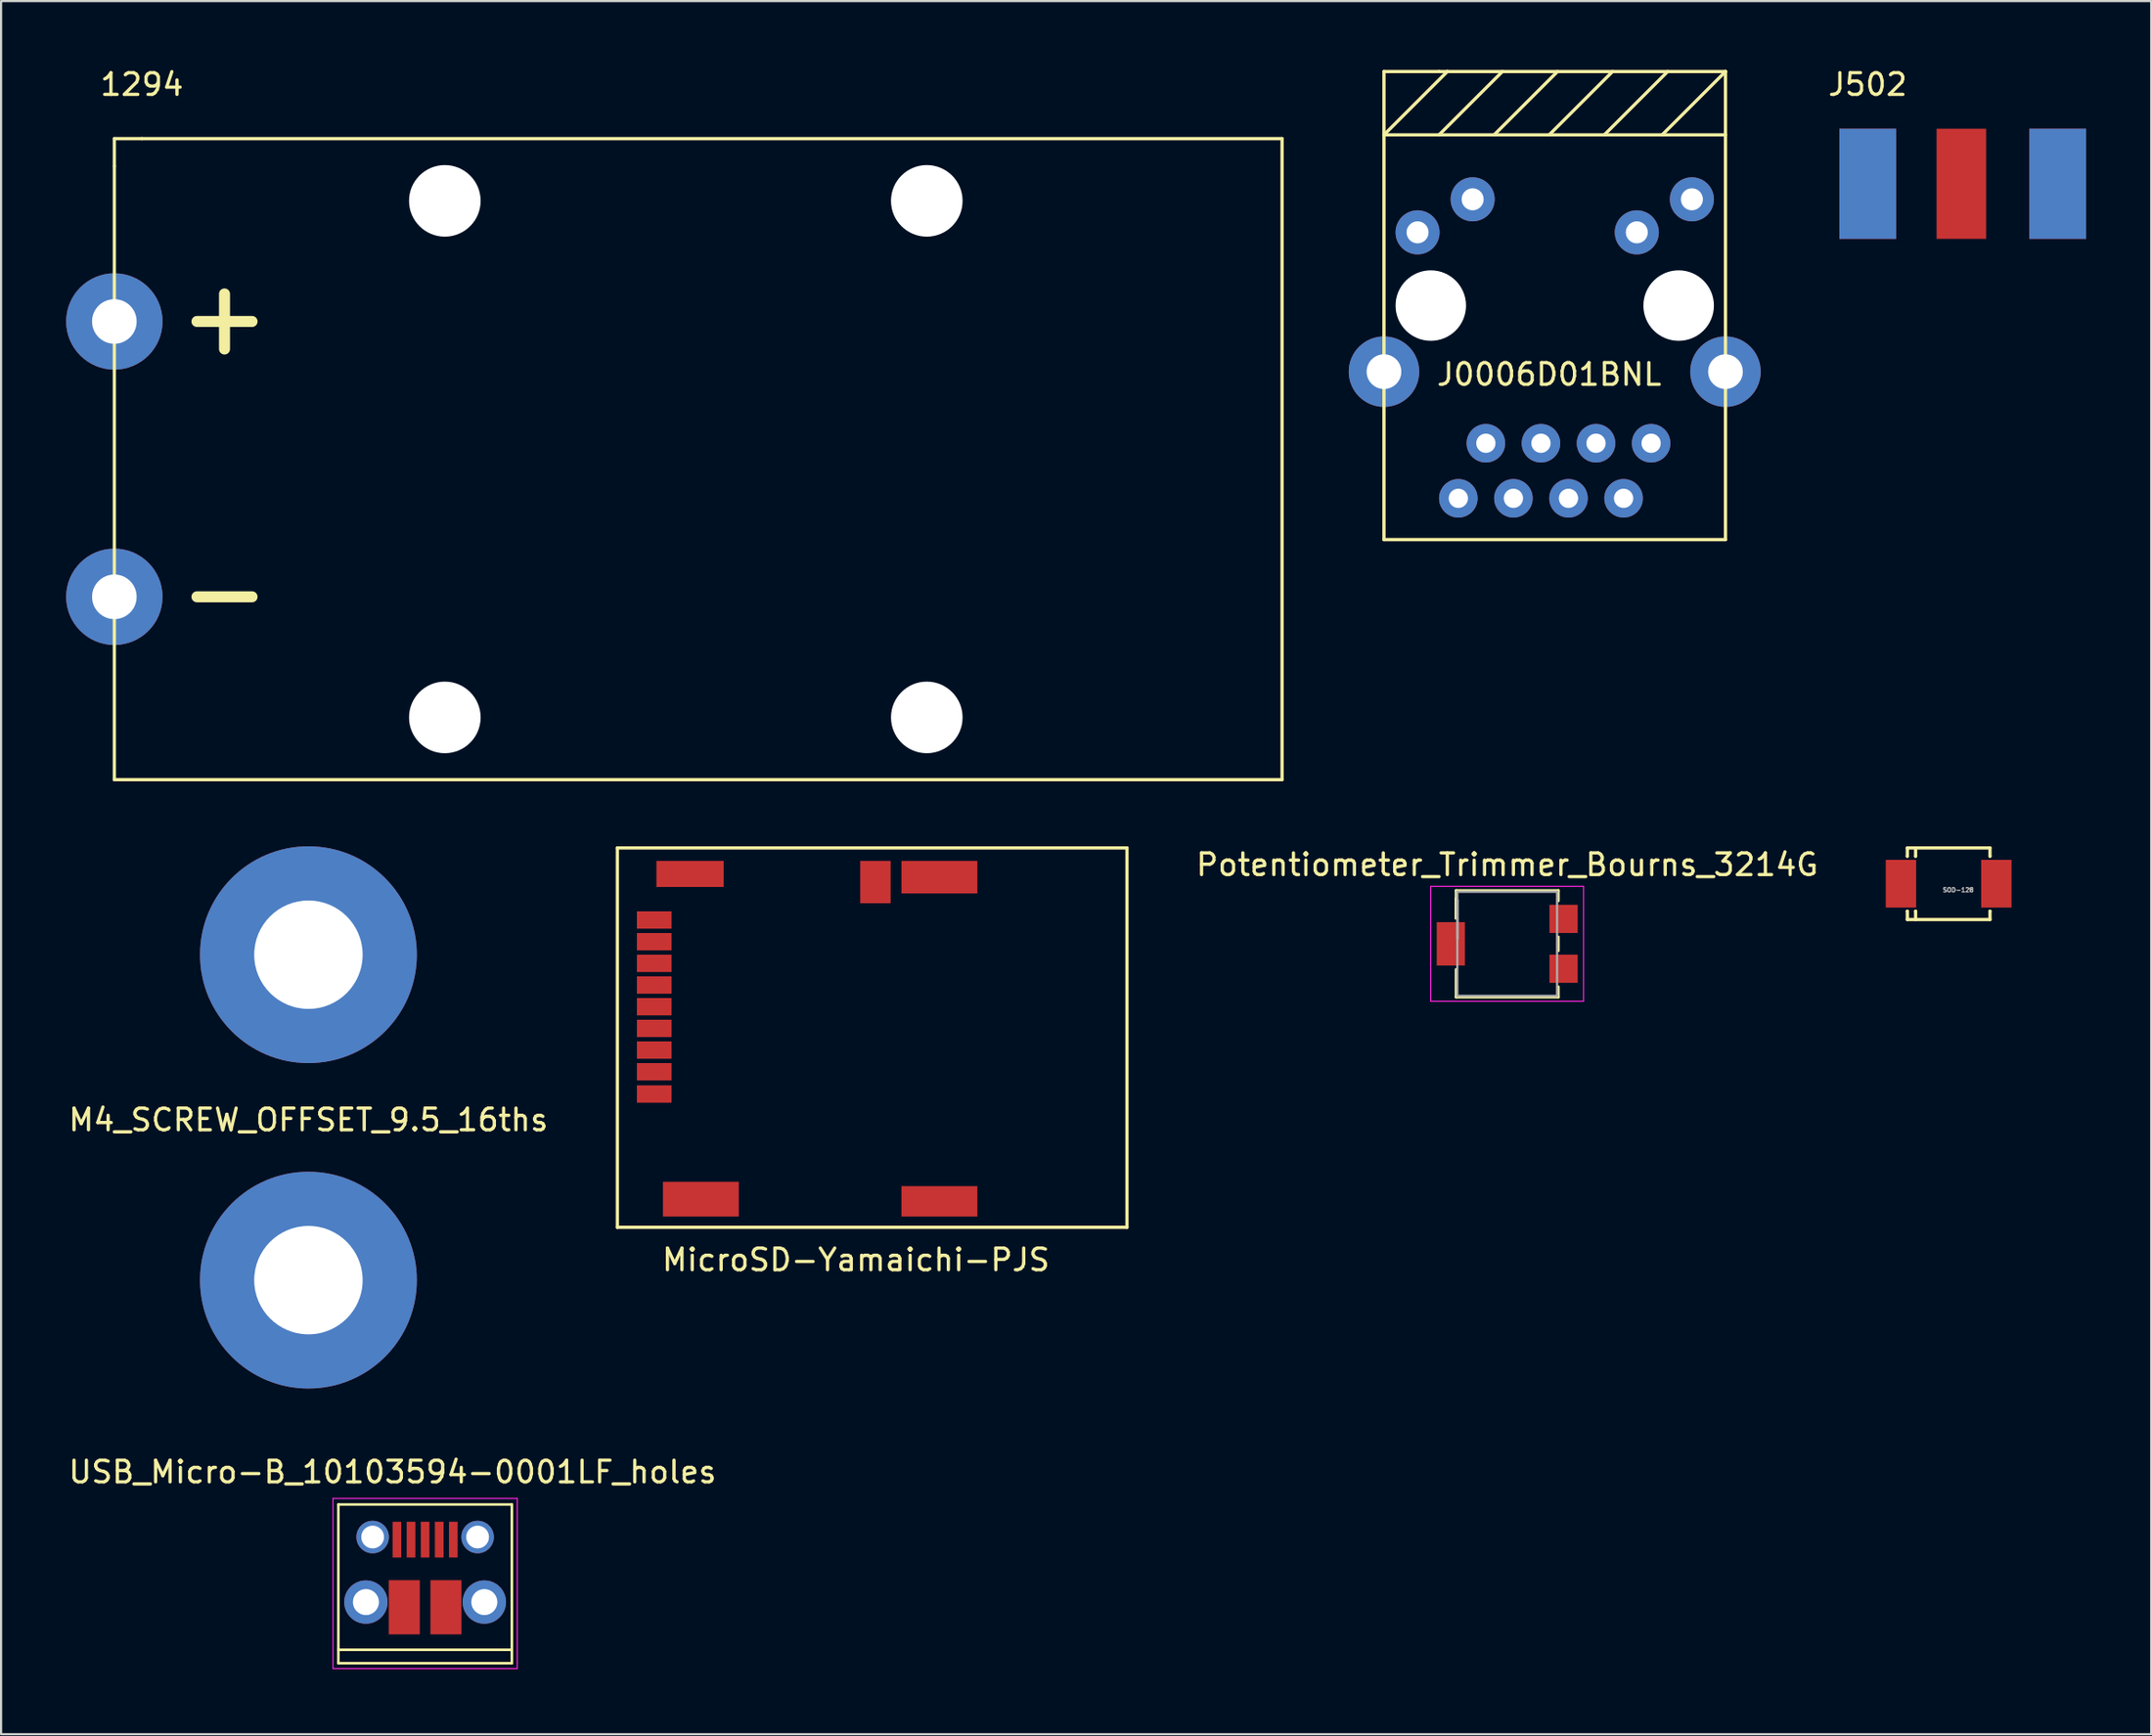
<source format=kicad_pcb>
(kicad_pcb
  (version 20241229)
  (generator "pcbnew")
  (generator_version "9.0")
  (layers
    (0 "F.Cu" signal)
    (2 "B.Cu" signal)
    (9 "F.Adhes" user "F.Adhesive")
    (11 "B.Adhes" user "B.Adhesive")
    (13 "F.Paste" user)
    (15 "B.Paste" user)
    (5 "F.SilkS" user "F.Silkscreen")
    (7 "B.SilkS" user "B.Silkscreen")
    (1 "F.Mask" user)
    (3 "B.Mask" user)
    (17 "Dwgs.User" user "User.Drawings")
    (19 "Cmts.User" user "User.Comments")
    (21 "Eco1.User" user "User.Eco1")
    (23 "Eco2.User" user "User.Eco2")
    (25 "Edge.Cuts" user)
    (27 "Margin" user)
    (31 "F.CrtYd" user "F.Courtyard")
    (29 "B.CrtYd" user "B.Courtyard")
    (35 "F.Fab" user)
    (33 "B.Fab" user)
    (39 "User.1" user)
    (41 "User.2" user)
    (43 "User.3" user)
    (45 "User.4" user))
  (footprint "SOD-128"
    (layer "F.Cu")
    (at 86.811 37.712)
    (property "Reference" "SOD-128" (at 0.44 0.29 0) (layer "F.Fab") (effects (font (size 0.2 0.2) (thickness 0.05))))
    (attr smd)
    (fp_line (start -1.905 -1.651) (end -1.905 -1.27) (stroke (width 0.15) (type solid)) (layer "F.SilkS"))
    (fp_line (start -1.905 -1.651) (end 1.905 -1.651) (stroke (width 0.15) (type solid)) (layer "F.SilkS"))
    (fp_line (start -1.905 -1.27) (end -1.905 -1.27) (stroke (width 0.15) (type solid)) (layer "F.SilkS"))
    (fp_line (start -1.905 1.27) (end -1.905 1.27) (stroke (width 0.15) (type solid)) (layer "F.SilkS"))
    (fp_line (start -1.905 1.651) (end -1.905 1.27) (stroke (width 0.15) (type solid)) (layer "F.SilkS"))
    (fp_line (start -1.905 1.651) (end 1.905 1.651) (stroke (width 0.15) (type solid)) (layer "F.SilkS"))
    (fp_line (start -1.524 -1.651) (end -1.524 -1.27) (stroke (width 0.15) (type solid)) (layer "F.SilkS"))
    (fp_line (start -1.524 -1.27) (end -1.524 -1.27) (stroke (width 0.15) (type solid)) (layer "F.SilkS"))
    (fp_line (start -1.524 1.27) (end -1.524 1.27) (stroke (width 0.15) (type solid)) (layer "F.SilkS"))
    (fp_line (start -1.524 1.651) (end -1.524 1.27) (stroke (width 0.15) (type solid)) (layer "F.SilkS"))
    (fp_line (start 1.905 -1.651) (end 1.905 -1.27) (stroke (width 0.15) (type solid)) (layer "F.SilkS"))
    (fp_line (start 1.905 -1.27) (end 1.905 -1.27) (stroke (width 0.15) (type solid)) (layer "F.SilkS"))
    (fp_line (start 1.905 1.27) (end 1.905 1.27) (stroke (width 0.15) (type solid)) (layer "F.SilkS"))
    (fp_line (start 1.905 1.651) (end 1.905 1.27) (stroke (width 0.15) (type solid)) (layer "F.SilkS"))
    (fp_line (start -1.999 -1.4) (end 1.999 -1.4) (stroke (width 0.001) (type solid)) (layer "F.Fab"))
    (fp_line (start -1.999 1.4) (end -1.999 -1.4) (stroke (width 0.001) (type solid)) (layer "F.Fab"))
    (fp_line (start -1.699 1.4) (end -1.699 -1.4) (stroke (width 0.001) (type solid)) (layer "F.Fab"))
    (fp_line (start -1.4 -1.4) (end -1.4 1.4) (stroke (width 0.001) (type solid)) (layer "F.Fab"))
    (fp_line (start -1.1 1.4) (end -1.1 -1.4) (stroke (width 0.001) (type solid)) (layer "F.Fab"))
    (fp_line (start -0.8 1.4) (end -0.8 -1.4) (stroke (width 0.001) (type solid)) (layer "F.Fab"))
    (fp_line (start -0.5 1.4) (end -0.5 -1.4) (stroke (width 0.001) (type solid)) (layer "F.Fab"))
    (fp_line (start 1.999 -1.4) (end 1.999 1.4) (stroke (width 0.001) (type solid)) (layer "F.Fab"))
    (fp_line (start 1.999 1.4) (end -1.999 1.4) (stroke (width 0.001) (type solid)) (layer "F.Fab"))
    (pad "1" smd rect (at -2.2 0) (size 1.4 2.2) (layers "F.Cu" "F.Mask" "F.Paste"))
    (pad "2" smd rect (at 2.2 0) (size 1.4 2.2) (layers "F.Cu" "F.Mask" "F.Paste")))
  (footprint "J502"
    (layer "F.Cu")
    (at 83.079 5.428)
    (property "Reference" "J502" (at 0 -4.58 0) (layer "F.SilkS") (effects (font (size 1 1) (thickness 0.15))))
    (attr through_hole)
    (pad "1" smd rect (at 4.318 0) (size 2.286 5.08) (layers "F.Cu" "F.Mask" "F.Paste"))
    (pad "2" smd rect (at 0 0) (size 2.616 5.08) (layers "F.Cu" "F.Mask" "F.Paste"))
    (pad "2" smd rect (at 0 0) (size 2.616 5.08) (layers "B.Cu" "B.Mask" "B.Paste"))
    (pad "2" smd rect (at 8.763 0) (size 2.616 5.08) (layers "F.Cu" "F.Mask" "F.Paste"))
    (pad "2" smd rect (at 8.763 0) (size 2.616 5.08) (layers "B.Cu" "B.Mask" "B.Paste")))
  (footprint "Potentiometer_Trimmer_Bourns_3214G"
    (layer "F.Cu")
    (at 66.454 40.484)
    (property "Reference" "Potentiometer_Trimmer_Bourns_3214G" (at 0 -3.65 0) (layer "F.SilkS") (effects (font (size 1 1) (thickness 0.15))))
    (attr smd)
    (fp_line (start -2.36 -2.46) (end -2.36 -1.18) (stroke (width 0.12) (type solid)) (layer "F.SilkS"))
    (fp_line (start -2.36 -2.46) (end 2.36 -2.46) (stroke (width 0.12) (type solid)) (layer "F.SilkS"))
    (fp_line (start -2.36 -2.08) (end -2.36 -2.08) (stroke (width 0.12) (type solid)) (layer "F.SilkS"))
    (fp_line (start -2.36 -2.08) (end -2.36 -1.18) (stroke (width 0.12) (type solid)) (layer "F.SilkS"))
    (fp_line (start -2.36 -2.08) (end -2.36 -1.18) (stroke (width 0.12) (type solid)) (layer "F.SilkS"))
    (fp_line (start -2.36 1.18) (end -2.36 2.46) (stroke (width 0.12) (type solid)) (layer "F.SilkS"))
    (fp_line (start -2.36 2.46) (end 2.36 2.46) (stroke (width 0.12) (type solid)) (layer "F.SilkS"))
    (fp_line (start 2.36 -2.46) (end 2.36 -1.98) (stroke (width 0.12) (type solid)) (layer "F.SilkS"))
    (fp_line (start 2.36 -0.32) (end 2.36 0.32) (stroke (width 0.12) (type solid)) (layer "F.SilkS"))
    (fp_line (start 2.36 1.98) (end 2.36 2.46) (stroke (width 0.12) (type solid)) (layer "F.SilkS"))
    (fp_line (start -3.53 -2.65) (end -3.53 2.65) (stroke (width 0.05) (type solid)) (layer "F.CrtYd"))
    (fp_line (start -3.53 2.65) (end 3.52 2.65) (stroke (width 0.05) (type solid)) (layer "F.CrtYd"))
    (fp_line (start 3.52 -2.65) (end -3.53 -2.65) (stroke (width 0.05) (type solid)) (layer "F.CrtYd"))
    (fp_line (start 3.52 2.65) (end 3.52 -2.65) (stroke (width 0.05) (type solid)) (layer "F.CrtYd"))
    (fp_line (start -2.3 -2.4) (end -2.3 2.4) (stroke (width 0.1) (type solid)) (layer "F.Fab"))
    (fp_line (start -2.3 -2.02) (end -2.3 -2.02) (stroke (width 0.1) (type solid)) (layer "F.Fab"))
    (fp_line (start -2.3 -2.02) (end -2.3 -0.24) (stroke (width 0.1) (type solid)) (layer "F.Fab"))
    (fp_line (start -2.3 -1.13) (end -2.3 -1.13) (stroke (width 0.1) (type solid)) (layer "F.Fab"))
    (fp_line (start -2.3 -0.24) (end -2.3 -2.02) (stroke (width 0.1) (type solid)) (layer "F.Fab"))
    (fp_line (start -2.3 -0.24) (end -2.3 -0.24) (stroke (width 0.1) (type solid)) (layer "F.Fab"))
    (fp_line (start -2.3 2.4) (end 2.3 2.4) (stroke (width 0.1) (type solid)) (layer "F.Fab"))
    (fp_line (start 2.3 -2.4) (end -2.3 -2.4) (stroke (width 0.1) (type solid)) (layer "F.Fab"))
    (fp_line (start 2.3 2.4) (end 2.3 -2.4) (stroke (width 0.1) (type solid)) (layer "F.Fab"))
    (pad "1" smd rect (at 2.6 -1.15) (size 1.3 1.3) (layers "F.Cu" "F.Mask" "F.Paste"))
    (pad "2" smd rect (at -2.6 0) (size 1.3 2) (layers "F.Cu" "F.Mask" "F.Paste"))
    (pad "3" smd rect (at 2.6 1.15) (size 1.3 1.3) (layers "F.Cu" "F.Mask" "F.Paste")))
  (footprint "M4_SCREW_OFFSET_9.5_16ths"
    (layer "F.Cu")
    (at 11.173 40.986)
    (property "Reference" "M4_SCREW_OFFSET_9.5_16ths" (at 0 7.62 0) (layer "F.SilkS") (effects (font (size 1 1) (thickness 0.15))))
    (attr through_hole)
    (pad "1" thru_hole circle (at 0 0) (size 10 10) (drill 5) (layers "*.Cu" "*.Mask"))
    (pad "2" thru_hole circle (at 0 15.011) (size 10 10) (drill 5) (layers "*.Cu" "*.Mask")))
  (footprint "USB_Micro-B_10103594-0001LF_holes"
    (layer "F.Cu")
    (at 16.554 69.466)
    (property "Reference" "USB_Micro-B_10103594-0001LF_holes" (at -1.5 -4.62 0) (layer "F.SilkS") (effects (font (size 1 1) (thickness 0.15))))
    (attr smd)
    (fp_line (start -4 -3.12) (end 4 -3.12) (stroke (width 0.12) (type solid)) (layer "F.SilkS"))
    (fp_line (start -4 4.2) (end -4 -3.12) (stroke (width 0.12) (type solid)) (layer "F.SilkS"))
    (fp_line (start -4 4.2) (end 4 4.2) (stroke (width 0.12) (type solid)) (layer "F.SilkS"))
    (fp_line (start 4 -3.12) (end 4 4.2) (stroke (width 0.12) (type solid)) (layer "F.SilkS"))
    (fp_line (start 4 3.58) (end -4 3.58) (stroke (width 0.12) (type solid)) (layer "F.SilkS"))
    (fp_line (start -4.25 -3.4) (end 4.25 -3.4) (stroke (width 0.05) (type solid)) (layer "F.CrtYd"))
    (fp_line (start -4.25 4.45) (end -4.25 -3.4) (stroke (width 0.05) (type solid)) (layer "F.CrtYd"))
    (fp_line (start 4.25 -3.4) (end 4.25 4.45) (stroke (width 0.05) (type solid)) (layer "F.CrtYd"))
    (fp_line (start 4.25 4.45) (end -4.25 4.45) (stroke (width 0.05) (type solid)) (layer "F.CrtYd"))
    (pad "1" smd rect (at -1.3 -1.5 90) (size 1.65 0.4) (layers "F.Cu" "F.Mask" "F.Paste"))
    (pad "2" smd rect (at -0.65 -1.5 90) (size 1.65 0.4) (layers "F.Cu" "F.Mask" "F.Paste"))
    (pad "3" smd rect (at 0 -1.5 90) (size 1.65 0.4) (layers "F.Cu" "F.Mask" "F.Paste"))
    (pad "4" smd rect (at 0.65 -1.5 90) (size 1.65 0.4) (layers "F.Cu" "F.Mask" "F.Paste"))
    (pad "5" smd rect (at 1.3 -1.5 90) (size 1.65 0.4) (layers "F.Cu" "F.Mask" "F.Paste"))
    (pad "6" thru_hole circle (at -2.73 1.38 90) (size 2 2) (drill oval 1.2) (layers "*.Cu" "*.Mask"))
    (pad "6" thru_hole circle (at -2.42 -1.62 90) (size 1.5 1.5) (drill oval 1.05) (layers "*.Cu" "*.Mask"))
    (pad "6" smd rect (at -0.96 1.62 90) (size 2.5 1.43) (layers "F.Cu" "F.Mask" "F.Paste"))
    (pad "6" smd rect (at 0.96 1.62 90) (size 2.5 1.43) (layers "F.Cu" "F.Mask" "F.Paste"))
    (pad "6" thru_hole circle (at 2.42 -1.62 90) (size 1.5 1.5) (drill oval 1.05) (layers "*.Cu" "*.Mask"))
    (pad "6" thru_hole circle (at 2.73 1.38 90) (size 2 2) (drill oval 1.2) (layers "*.Cu" "*.Mask")))
  (footprint "J0006D01BNL"
    (layer "F.Cu")
    (at 60.771 0.25)
    (property "Reference" "J0006D01BNL" (at 7.62 13.97 0) (layer "F.SilkS") (effects (font (size 1 1) (thickness 0.15))))
    (attr through_hole)
    (fp_line (start 0 0) (end 0 21.59) (stroke (width 0.15) (type solid)) (layer "F.SilkS"))
    (fp_line (start 0 0) (end 15.748 0) (stroke (width 0.15) (type solid)) (layer "F.SilkS"))
    (fp_line (start 0 2.921) (end 2.921 0) (stroke (width 0.15) (type solid)) (layer "F.SilkS"))
    (fp_line (start 0 2.921) (end 15.748 2.921) (stroke (width 0.15) (type solid)) (layer "F.SilkS"))
    (fp_line (start 0 21.59) (end 15.748 21.59) (stroke (width 0.15) (type solid)) (layer "F.SilkS"))
    (fp_line (start 2.54 0) (end 2.54 0) (stroke (width 0.15) (type solid)) (layer "F.SilkS"))
    (fp_line (start 2.54 2.921) (end 5.461 0) (stroke (width 0.15) (type solid)) (layer "F.SilkS"))
    (fp_line (start 2.921 0) (end 2.921 0) (stroke (width 0.15) (type solid)) (layer "F.SilkS"))
    (fp_line (start 5.08 2.921) (end 8.001 0) (stroke (width 0.15) (type solid)) (layer "F.SilkS"))
    (fp_line (start 7.62 2.921) (end 10.541 0) (stroke (width 0.15) (type solid)) (layer "F.SilkS"))
    (fp_line (start 10.16 2.921) (end 13.081 0) (stroke (width 0.15) (type solid)) (layer "F.SilkS"))
    (fp_line (start 12.827 2.921) (end 15.748 0) (stroke (width 0.15) (type solid)) (layer "F.SilkS"))
    (fp_line (start 15.748 0) (end 15.748 21.59) (stroke (width 0.15) (type solid)) (layer "F.SilkS"))
    (pad "" np_thru_hole circle (at 2.159 10.795) (size 3.251 3.251) (drill 3.251) (layers "*.Cu" "*.Mask"))
    (pad "" np_thru_hole circle (at 13.589 10.795) (size 3.251 3.251) (drill 3.251) (layers "*.Cu" "*.Mask"))
    (pad "1" thru_hole circle (at 12.319 17.145) (size 1.778 1.778) (drill 0.889) (layers "*.Cu" "*.Mask"))
    (pad "2" thru_hole circle (at 11.049 19.685) (size 1.778 1.778) (drill 0.889) (layers "*.Cu" "*.Mask"))
    (pad "3" thru_hole circle (at 9.779 17.145) (size 1.778 1.778) (drill 0.889) (layers "*.Cu" "*.Mask"))
    (pad "4" thru_hole circle (at 8.509 19.685) (size 1.778 1.778) (drill 0.889) (layers "*.Cu" "*.Mask"))
    (pad "5" thru_hole circle (at 7.239 17.145) (size 1.778 1.778) (drill 0.889) (layers "*.Cu" "*.Mask"))
    (pad "6" thru_hole circle (at 5.969 19.685) (size 1.778 1.778) (drill 0.889) (layers "*.Cu" "*.Mask"))
    (pad "7" thru_hole circle (at 4.699 17.145) (size 1.778 1.778) (drill 0.889) (layers "*.Cu" "*.Mask"))
    (pad "8" thru_hole circle (at 3.429 19.685) (size 1.778 1.778) (drill 0.889) (layers "*.Cu" "*.Mask"))
    (pad "9" thru_hole circle (at 14.199 5.893) (size 2.032 2.032) (drill 1.016) (layers "*.Cu" "*.Mask"))
    (pad "10" thru_hole circle (at 11.659 7.417) (size 2.032 2.032) (drill 1.016) (layers "*.Cu" "*.Mask"))
    (pad "11" thru_hole circle (at 4.089 5.893) (size 2.032 2.032) (drill 1.016) (layers "*.Cu" "*.Mask"))
    (pad "12" thru_hole circle (at 1.549 7.417) (size 2.032 2.032) (drill 1.016) (layers "*.Cu" "*.Mask"))
    (pad "13" thru_hole circle (at 0 13.843) (size 3.251 3.251) (drill 1.6) (layers "*.Cu" "*.Mask"))
    (pad "13" thru_hole circle (at 15.748 13.843) (size 3.251 3.251) (drill 1.6) (layers "*.Cu" "*.Mask")))
  (footprint "1294"
    (layer "F.Cu")
    (at 2.223 18.128)
    (property "Reference" "1294" (at 1.27 -17.28 0) (layer "F.SilkS") (effects (font (size 1 1) (thickness 0.15))))
    (attr through_hole)
    (fp_line (start 0 -14.783) (end 0 14.783) (stroke (width 0.15) (type solid)) (layer "F.SilkS"))
    (fp_line (start 0 -14.783) (end 53.848 -14.783) (stroke (width 0.15) (type solid)) (layer "F.SilkS"))
    (fp_line (start 0 -13.513) (end 0 -13.513) (stroke (width 0.15) (type solid)) (layer "F.SilkS"))
    (fp_line (start 0 14.783) (end 53.848 14.783) (stroke (width 0.15) (type solid)) (layer "F.SilkS"))
    (fp_line (start 1.27 -14.783) (end 1.27 -14.783) (stroke (width 0.15) (type solid)) (layer "F.SilkS"))
    (fp_line (start 3.81 -6.35) (end 6.35 -6.35) (stroke (width 0.508) (type solid)) (layer "F.SilkS"))
    (fp_line (start 3.81 6.35) (end 6.35 6.35) (stroke (width 0.508) (type solid)) (layer "F.SilkS"))
    (fp_line (start 5.08 -7.62) (end 5.08 -5.08) (stroke (width 0.508) (type solid)) (layer "F.SilkS"))
    (fp_line (start 5.08 -5.08) (end 5.08 -5.08) (stroke (width 0.15) (type solid)) (layer "F.SilkS"))
    (fp_line (start 6.35 -6.35) (end 6.35 -6.35) (stroke (width 0.15) (type solid)) (layer "F.SilkS"))
    (fp_line (start 6.35 6.35) (end 6.35 6.35) (stroke (width 0.15) (type solid)) (layer "F.SilkS"))
    (fp_line (start 53.848 -14.783) (end 53.848 14.783) (stroke (width 0.15) (type solid)) (layer "F.SilkS"))
    (pad "" np_thru_hole circle (at 15.24 -11.913) (size 3.302 3.302) (drill 3.302) (layers "*.Cu" "*.Mask"))
    (pad "" np_thru_hole circle (at 15.24 11.913) (size 3.302 3.302) (drill 3.302) (layers "*.Cu" "*.Mask"))
    (pad "" np_thru_hole circle (at 37.465 -11.913) (size 3.302 3.302) (drill 3.302) (layers "*.Cu" "*.Mask"))
    (pad "" np_thru_hole circle (at 37.465 11.913) (size 3.302 3.302) (drill 3.302) (layers "*.Cu" "*.Mask"))
    (pad "1" thru_hole circle (at 0 -6.35) (size 4.445 4.445) (drill 2.057) (layers "*.Cu" "*.Mask"))
    (pad "2" thru_hole circle (at 0 6.35) (size 4.445 4.445) (drill 2.057) (layers "*.Cu" "*.Mask")))
  (footprint "MicroSD-Yamaichi-PJS"
    (layer "F.Cu")
    (at 27.92 53.061)
    (property "Reference" "MicroSD-Yamaichi-PJS" (at 8.5 2 0) (layer "F.SilkS") (effects (font (size 1 1) (thickness 0.15))))
    (attr through_hole)
    (fp_line (start -2.5 -17) (end 21 -17) (stroke (width 0.15) (type solid)) (layer "F.SilkS"))
    (fp_line (start -2.5 0.5) (end -2.5 -17) (stroke (width 0.15) (type solid)) (layer "F.SilkS"))
    (fp_line (start 21 -17) (end 21 0.5) (stroke (width 0.15) (type solid)) (layer "F.SilkS"))
    (fp_line (start 21 0.5) (end -2.5 0.5) (stroke (width 0.15) (type solid)) (layer "F.SilkS"))
    (pad "1" smd rect (at -0.8 -5.65) (size 1.6 0.8) (layers "F.Cu" "F.Mask" "F.Paste"))
    (pad "2" smd rect (at -0.8 -6.675) (size 1.6 0.8) (layers "F.Cu" "F.Mask" "F.Paste"))
    (pad "3" smd rect (at -0.8 -7.675) (size 1.6 0.8) (layers "F.Cu" "F.Mask" "F.Paste"))
    (pad "4" smd rect (at -0.8 -8.675) (size 1.6 0.8) (layers "F.Cu" "F.Mask" "F.Paste"))
    (pad "5" smd rect (at -0.8 -9.675) (size 1.6 0.8) (layers "F.Cu" "F.Mask" "F.Paste"))
    (pad "6" smd rect (at -0.8 -10.675) (size 1.6 0.8) (layers "F.Cu" "F.Mask" "F.Paste"))
    (pad "7" smd rect (at -0.8 -11.675) (size 1.6 0.8) (layers "F.Cu" "F.Mask" "F.Paste"))
    (pad "8" smd rect (at -0.8 -12.675) (size 1.6 0.8) (layers "F.Cu" "F.Mask" "F.Paste"))
    (pad "SHLD" smd rect (at 0.85 -15.8) (size 3.1 1.2) (layers "F.Cu" "F.Mask" "F.Paste"))
    (pad "SHLD" smd rect (at 1.35 -0.8) (size 3.5 1.6) (layers "F.Cu" "F.Mask" "F.Paste"))
    (pad "SHLD" smd rect (at 12.35 -15.65) (size 3.5 1.5) (layers "F.Cu" "F.Mask" "F.Paste"))
    (pad "SHLD" smd rect (at 12.35 -0.7) (size 3.5 1.4) (layers "F.Cu" "F.Mask" "F.Paste"))
    (pad "SW1" smd rect (at 9.4 -15.425) (size 1.4 1.95) (layers "F.Cu" "F.Mask" "F.Paste"))
    (pad "SW2" smd rect (at -0.8 -13.675) (size 1.6 0.8) (layers "F.Cu" "F.Mask" "F.Paste")))
  (gr_rect
    (start -3 -3)
    (end 96.15 76.941)
    (stroke (width 0.1) (type default))
    (fill no)
    (layer "Edge.Cuts")))
</source>
